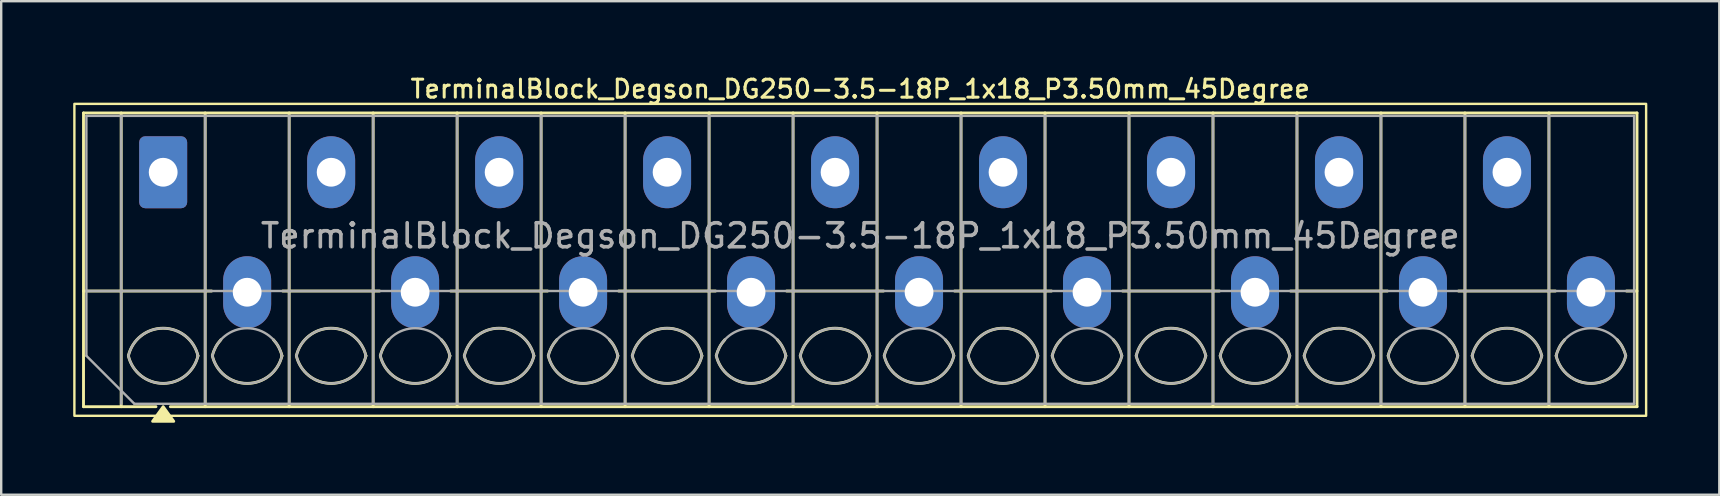
<source format=kicad_pcb>
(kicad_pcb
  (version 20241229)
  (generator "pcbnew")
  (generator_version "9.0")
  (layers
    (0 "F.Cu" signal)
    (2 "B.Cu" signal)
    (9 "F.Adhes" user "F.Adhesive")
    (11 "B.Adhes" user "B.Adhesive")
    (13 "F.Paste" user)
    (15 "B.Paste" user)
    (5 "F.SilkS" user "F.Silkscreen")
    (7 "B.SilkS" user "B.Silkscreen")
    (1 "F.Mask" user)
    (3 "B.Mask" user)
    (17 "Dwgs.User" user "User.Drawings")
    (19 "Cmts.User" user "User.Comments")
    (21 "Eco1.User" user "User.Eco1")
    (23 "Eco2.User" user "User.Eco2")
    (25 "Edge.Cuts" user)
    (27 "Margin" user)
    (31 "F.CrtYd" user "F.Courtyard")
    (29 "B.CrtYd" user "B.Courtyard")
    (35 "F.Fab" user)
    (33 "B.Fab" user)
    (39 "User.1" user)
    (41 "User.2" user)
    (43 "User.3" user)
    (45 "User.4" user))
  (footprint "TerminalBlock_Degson_DG250-3.5-18P_1x18_P3.50mm_45Degree"
    (layer "F.Cu")
    (at 3.75 4.128)
    (property "Reference" "TerminalBlock_Degson_DG250-3.5-18P_1x18_P3.50mm_45Degree" (at 29.05 -3.47 0) (layer "F.SilkS") (effects (font (size 0.75 0.75) (thickness 0.125))))
    (attr through_hole)
    (fp_line (start -3.32 -2.47) (end 61.42 -2.47) (stroke (width 0.12) (type solid)) (layer "F.SilkS"))
    (fp_line (start -3.32 4.95) (end 2.02 4.95) (stroke (width 0.12) (type solid)) (layer "F.SilkS"))
    (fp_line (start -3.32 9.77) (end -3.32 -2.47) (stroke (width 0.12) (type solid)) (layer "F.SilkS"))
    (fp_line (start -1.75 -2.47) (end -1.75 9.77) (stroke (width 0.12) (type solid)) (layer "F.SilkS"))
    (fp_line (start -0.3 9.77) (end -3.32 9.77) (stroke (width 0.12) (type solid)) (layer "F.SilkS"))
    (fp_line (start 1.75 -2.47) (end 1.75 9.77) (stroke (width 0.12) (type solid)) (layer "F.SilkS"))
    (fp_line (start 4.98 4.95) (end 9.02 4.95) (stroke (width 0.12) (type solid)) (layer "F.SilkS"))
    (fp_line (start 5.25 -2.47) (end 5.25 9.77) (stroke (width 0.12) (type solid)) (layer "F.SilkS"))
    (fp_line (start 8.75 -2.47) (end 8.75 9.77) (stroke (width 0.12) (type solid)) (layer "F.SilkS"))
    (fp_line (start 11.98 4.95) (end 16.02 4.95) (stroke (width 0.12) (type solid)) (layer "F.SilkS"))
    (fp_line (start 12.25 -2.47) (end 12.25 9.77) (stroke (width 0.12) (type solid)) (layer "F.SilkS"))
    (fp_line (start 15.75 -2.47) (end 15.75 9.77) (stroke (width 0.12) (type solid)) (layer "F.SilkS"))
    (fp_line (start 18.98 4.95) (end 23.02 4.95) (stroke (width 0.12) (type solid)) (layer "F.SilkS"))
    (fp_line (start 19.25 -2.47) (end 19.25 9.77) (stroke (width 0.12) (type solid)) (layer "F.SilkS"))
    (fp_line (start 22.75 -2.47) (end 22.75 9.77) (stroke (width 0.12) (type solid)) (layer "F.SilkS"))
    (fp_line (start 25.98 4.95) (end 30.02 4.95) (stroke (width 0.12) (type solid)) (layer "F.SilkS"))
    (fp_line (start 26.25 -2.47) (end 26.25 9.77) (stroke (width 0.12) (type solid)) (layer "F.SilkS"))
    (fp_line (start 29.75 -2.47) (end 29.75 9.77) (stroke (width 0.12) (type solid)) (layer "F.SilkS"))
    (fp_line (start 32.98 4.95) (end 37.02 4.95) (stroke (width 0.12) (type solid)) (layer "F.SilkS"))
    (fp_line (start 33.25 -2.47) (end 33.25 9.77) (stroke (width 0.12) (type solid)) (layer "F.SilkS"))
    (fp_line (start 36.75 -2.47) (end 36.75 9.77) (stroke (width 0.12) (type solid)) (layer "F.SilkS"))
    (fp_line (start 39.98 4.95) (end 44.02 4.95) (stroke (width 0.12) (type solid)) (layer "F.SilkS"))
    (fp_line (start 40.25 -2.47) (end 40.25 9.77) (stroke (width 0.12) (type solid)) (layer "F.SilkS"))
    (fp_line (start 43.75 -2.47) (end 43.75 9.77) (stroke (width 0.12) (type solid)) (layer "F.SilkS"))
    (fp_line (start 46.98 4.95) (end 51.02 4.95) (stroke (width 0.12) (type solid)) (layer "F.SilkS"))
    (fp_line (start 47.25 -2.47) (end 47.25 9.77) (stroke (width 0.12) (type solid)) (layer "F.SilkS"))
    (fp_line (start 50.75 -2.47) (end 50.75 9.77) (stroke (width 0.12) (type solid)) (layer "F.SilkS"))
    (fp_line (start 53.98 4.95) (end 58.02 4.95) (stroke (width 0.12) (type solid)) (layer "F.SilkS"))
    (fp_line (start 54.25 -2.47) (end 54.25 9.77) (stroke (width 0.12) (type solid)) (layer "F.SilkS"))
    (fp_line (start 57.75 -2.47) (end 57.75 9.77) (stroke (width 0.12) (type solid)) (layer "F.SilkS"))
    (fp_line (start 60.98 4.95) (end 61.42 4.95) (stroke (width 0.12) (type solid)) (layer "F.SilkS"))
    (fp_line (start 61.42 -2.47) (end 61.42 9.77) (stroke (width 0.12) (type solid)) (layer "F.SilkS"))
    (fp_line (start 61.42 9.77) (end 0.3 9.77) (stroke (width 0.12) (type solid)) (layer "F.SilkS"))
    (fp_rect (start -3.7 -2.85) (end 61.8 10.15) (stroke (width 0.1) (type solid)) (fill no) (layer "F.SilkS"))
    (fp_arc (start -1.45 7.65) (mid 0 6.5) (end 1.45 7.65) (stroke (width 0.12) (type solid)) (layer "F.SilkS"))
    (fp_arc (start 1.45 7.65) (mid 0 8.8) (end -1.45 7.65) (stroke (width 0.12) (type solid)) (layer "F.SilkS"))
    (fp_arc (start 2.05 7.65) (mid 2.18402 7.291962) (end 2.405 6.98) (stroke (width 0.12) (type solid)) (layer "F.SilkS"))
    (fp_arc (start 4.595 6.98) (mid 4.81598 7.291962) (end 4.95 7.65) (stroke (width 0.12) (type solid)) (layer "F.SilkS"))
    (fp_arc (start 4.95 7.65) (mid 3.5 8.8) (end 2.05 7.65) (stroke (width 0.12) (type solid)) (layer "F.SilkS"))
    (fp_arc (start 5.55 7.65) (mid 7 6.5) (end 8.45 7.65) (stroke (width 0.12) (type solid)) (layer "F.SilkS"))
    (fp_arc (start 8.45 7.65) (mid 7 8.8) (end 5.55 7.65) (stroke (width 0.12) (type solid)) (layer "F.SilkS"))
    (fp_arc (start 9.05 7.65) (mid 9.18402 7.291962) (end 9.405 6.98) (stroke (width 0.12) (type solid)) (layer "F.SilkS"))
    (fp_arc (start 11.595 6.98) (mid 11.81598 7.291962) (end 11.95 7.65) (stroke (width 0.12) (type solid)) (layer "F.SilkS"))
    (fp_arc (start 11.95 7.65) (mid 10.5 8.8) (end 9.05 7.65) (stroke (width 0.12) (type solid)) (layer "F.SilkS"))
    (fp_arc (start 12.55 7.65) (mid 14 6.5) (end 15.45 7.65) (stroke (width 0.12) (type solid)) (layer "F.SilkS"))
    (fp_arc (start 15.45 7.65) (mid 14 8.8) (end 12.55 7.65) (stroke (width 0.12) (type solid)) (layer "F.SilkS"))
    (fp_arc (start 16.05 7.65) (mid 16.18402 7.291962) (end 16.405 6.98) (stroke (width 0.12) (type solid)) (layer "F.SilkS"))
    (fp_arc (start 18.595 6.98) (mid 18.81598 7.291962) (end 18.95 7.65) (stroke (width 0.12) (type solid)) (layer "F.SilkS"))
    (fp_arc (start 18.95 7.65) (mid 17.5 8.8) (end 16.05 7.65) (stroke (width 0.12) (type solid)) (layer "F.SilkS"))
    (fp_arc (start 19.55 7.65) (mid 21 6.5) (end 22.45 7.65) (stroke (width 0.12) (type solid)) (layer "F.SilkS"))
    (fp_arc (start 22.45 7.65) (mid 21 8.8) (end 19.55 7.65) (stroke (width 0.12) (type solid)) (layer "F.SilkS"))
    (fp_arc (start 23.05 7.65) (mid 23.18402 7.291962) (end 23.405 6.98) (stroke (width 0.12) (type solid)) (layer "F.SilkS"))
    (fp_arc (start 25.595 6.98) (mid 25.81598 7.291962) (end 25.95 7.65) (stroke (width 0.12) (type solid)) (layer "F.SilkS"))
    (fp_arc (start 25.95 7.65) (mid 24.5 8.8) (end 23.05 7.65) (stroke (width 0.12) (type solid)) (layer "F.SilkS"))
    (fp_arc (start 26.55 7.65) (mid 28 6.5) (end 29.45 7.65) (stroke (width 0.12) (type solid)) (layer "F.SilkS"))
    (fp_arc (start 29.45 7.65) (mid 28 8.8) (end 26.55 7.65) (stroke (width 0.12) (type solid)) (layer "F.SilkS"))
    (fp_arc (start 30.05 7.65) (mid 30.18402 7.291962) (end 30.405 6.98) (stroke (width 0.12) (type solid)) (layer "F.SilkS"))
    (fp_arc (start 32.595 6.98) (mid 32.81598 7.291962) (end 32.95 7.65) (stroke (width 0.12) (type solid)) (layer "F.SilkS"))
    (fp_arc (start 32.95 7.65) (mid 31.5 8.8) (end 30.05 7.65) (stroke (width 0.12) (type solid)) (layer "F.SilkS"))
    (fp_arc (start 33.55 7.65) (mid 35 6.5) (end 36.45 7.65) (stroke (width 0.12) (type solid)) (layer "F.SilkS"))
    (fp_arc (start 36.45 7.65) (mid 35 8.8) (end 33.55 7.65) (stroke (width 0.12) (type solid)) (layer "F.SilkS"))
    (fp_arc (start 37.05 7.65) (mid 37.18402 7.291962) (end 37.405 6.98) (stroke (width 0.12) (type solid)) (layer "F.SilkS"))
    (fp_arc (start 39.595 6.98) (mid 39.81598 7.291962) (end 39.95 7.65) (stroke (width 0.12) (type solid)) (layer "F.SilkS"))
    (fp_arc (start 39.95 7.65) (mid 38.5 8.8) (end 37.05 7.65) (stroke (width 0.12) (type solid)) (layer "F.SilkS"))
    (fp_arc (start 40.55 7.65) (mid 42 6.5) (end 43.45 7.65) (stroke (width 0.12) (type solid)) (layer "F.SilkS"))
    (fp_arc (start 43.45 7.65) (mid 42 8.8) (end 40.55 7.65) (stroke (width 0.12) (type solid)) (layer "F.SilkS"))
    (fp_arc (start 44.05 7.65) (mid 44.18402 7.291962) (end 44.405 6.98) (stroke (width 0.12) (type solid)) (layer "F.SilkS"))
    (fp_arc (start 46.595 6.98) (mid 46.81598 7.291962) (end 46.95 7.65) (stroke (width 0.12) (type solid)) (layer "F.SilkS"))
    (fp_arc (start 46.95 7.65) (mid 45.5 8.8) (end 44.05 7.65) (stroke (width 0.12) (type solid)) (layer "F.SilkS"))
    (fp_arc (start 47.55 7.65) (mid 49 6.5) (end 50.45 7.65) (stroke (width 0.12) (type solid)) (layer "F.SilkS"))
    (fp_arc (start 50.45 7.65) (mid 49 8.8) (end 47.55 7.65) (stroke (width 0.12) (type solid)) (layer "F.SilkS"))
    (fp_arc (start 51.05 7.65) (mid 51.18402 7.291962) (end 51.405 6.98) (stroke (width 0.12) (type solid)) (layer "F.SilkS"))
    (fp_arc (start 53.595 6.98) (mid 53.81598 7.291962) (end 53.95 7.65) (stroke (width 0.12) (type solid)) (layer "F.SilkS"))
    (fp_arc (start 53.95 7.65) (mid 52.5 8.8) (end 51.05 7.65) (stroke (width 0.12) (type solid)) (layer "F.SilkS"))
    (fp_arc (start 54.55 7.65) (mid 56 6.5) (end 57.45 7.65) (stroke (width 0.12) (type solid)) (layer "F.SilkS"))
    (fp_arc (start 57.45 7.65) (mid 56 8.8) (end 54.55 7.65) (stroke (width 0.12) (type solid)) (layer "F.SilkS"))
    (fp_arc (start 58.05 7.65) (mid 58.18402 7.291962) (end 58.405 6.98) (stroke (width 0.12) (type solid)) (layer "F.SilkS"))
    (fp_arc (start 60.595 6.98) (mid 60.81598 7.291962) (end 60.95 7.65) (stroke (width 0.12) (type solid)) (layer "F.SilkS"))
    (fp_arc (start 60.95 7.65) (mid 59.5 8.8) (end 58.05 7.65) (stroke (width 0.12) (type solid)) (layer "F.SilkS"))
    (fp_poly (pts (xy 0 9.77) (xy 0.44 10.38) (xy -0.44 10.38)) (stroke (width 0.12) (type solid)) (fill yes) (layer "F.SilkS"))
    (fp_line (start -3.2 -2.35) (end 61.3 -2.35) (stroke (width 0.1) (type solid)) (layer "F.Fab"))
    (fp_line (start -3.2 4.95) (end 61.3 4.95) (stroke (width 0.1) (type solid)) (layer "F.Fab"))
    (fp_line (start -3.2 7.65) (end -3.2 -2.35) (stroke (width 0.1) (type solid)) (layer "F.Fab"))
    (fp_line (start -1.75 -2.35) (end -1.75 9.65) (stroke (width 0.1) (type solid)) (layer "F.Fab"))
    (fp_line (start -1.2 9.65) (end -3.2 7.65) (stroke (width 0.1) (type solid)) (layer "F.Fab"))
    (fp_line (start 1.75 -2.35) (end 1.75 9.65) (stroke (width 0.1) (type solid)) (layer "F.Fab"))
    (fp_line (start 5.25 -2.35) (end 5.25 9.65) (stroke (width 0.1) (type solid)) (layer "F.Fab"))
    (fp_line (start 8.75 -2.35) (end 8.75 9.65) (stroke (width 0.1) (type solid)) (layer "F.Fab"))
    (fp_line (start 12.25 -2.35) (end 12.25 9.65) (stroke (width 0.1) (type solid)) (layer "F.Fab"))
    (fp_line (start 15.75 -2.35) (end 15.75 9.65) (stroke (width 0.1) (type solid)) (layer "F.Fab"))
    (fp_line (start 19.25 -2.35) (end 19.25 9.65) (stroke (width 0.1) (type solid)) (layer "F.Fab"))
    (fp_line (start 22.75 -2.35) (end 22.75 9.65) (stroke (width 0.1) (type solid)) (layer "F.Fab"))
    (fp_line (start 26.25 -2.35) (end 26.25 9.65) (stroke (width 0.1) (type solid)) (layer "F.Fab"))
    (fp_line (start 29.75 -2.35) (end 29.75 9.65) (stroke (width 0.1) (type solid)) (layer "F.Fab"))
    (fp_line (start 33.25 -2.35) (end 33.25 9.65) (stroke (width 0.1) (type solid)) (layer "F.Fab"))
    (fp_line (start 36.75 -2.35) (end 36.75 9.65) (stroke (width 0.1) (type solid)) (layer "F.Fab"))
    (fp_line (start 40.25 -2.35) (end 40.25 9.65) (stroke (width 0.1) (type solid)) (layer "F.Fab"))
    (fp_line (start 43.75 -2.35) (end 43.75 9.65) (stroke (width 0.1) (type solid)) (layer "F.Fab"))
    (fp_line (start 47.25 -2.35) (end 47.25 9.65) (stroke (width 0.1) (type solid)) (layer "F.Fab"))
    (fp_line (start 50.75 -2.35) (end 50.75 9.65) (stroke (width 0.1) (type solid)) (layer "F.Fab"))
    (fp_line (start 54.25 -2.35) (end 54.25 9.65) (stroke (width 0.1) (type solid)) (layer "F.Fab"))
    (fp_line (start 57.75 -2.35) (end 57.75 9.65) (stroke (width 0.1) (type solid)) (layer "F.Fab"))
    (fp_line (start 61.3 -2.35) (end 61.3 9.65) (stroke (width 0.1) (type solid)) (layer "F.Fab"))
    (fp_line (start 61.3 9.65) (end -1.2 9.65) (stroke (width 0.1) (type solid)) (layer "F.Fab"))
    (fp_arc (start -1.45 7.65) (mid 0 6.5) (end 1.45 7.65) (stroke (width 0.1) (type solid)) (layer "F.Fab"))
    (fp_arc (start 1.45 7.65) (mid 0 8.8) (end -1.45 7.65) (stroke (width 0.1) (type solid)) (layer "F.Fab"))
    (fp_arc (start 2.05 7.65) (mid 3.5 6.5) (end 4.95 7.65) (stroke (width 0.1) (type solid)) (layer "F.Fab"))
    (fp_arc (start 4.95 7.65) (mid 3.5 8.8) (end 2.05 7.65) (stroke (width 0.1) (type solid)) (layer "F.Fab"))
    (fp_arc (start 5.55 7.65) (mid 7 6.5) (end 8.45 7.65) (stroke (width 0.1) (type solid)) (layer "F.Fab"))
    (fp_arc (start 8.45 7.65) (mid 7 8.8) (end 5.55 7.65) (stroke (width 0.1) (type solid)) (layer "F.Fab"))
    (fp_arc (start 9.05 7.65) (mid 10.5 6.5) (end 11.95 7.65) (stroke (width 0.1) (type solid)) (layer "F.Fab"))
    (fp_arc (start 11.95 7.65) (mid 10.5 8.8) (end 9.05 7.65) (stroke (width 0.1) (type solid)) (layer "F.Fab"))
    (fp_arc (start 12.55 7.65) (mid 14 6.5) (end 15.45 7.65) (stroke (width 0.1) (type solid)) (layer "F.Fab"))
    (fp_arc (start 15.45 7.65) (mid 14 8.8) (end 12.55 7.65) (stroke (width 0.1) (type solid)) (layer "F.Fab"))
    (fp_arc (start 16.05 7.65) (mid 17.5 6.5) (end 18.95 7.65) (stroke (width 0.1) (type solid)) (layer "F.Fab"))
    (fp_arc (start 18.95 7.65) (mid 17.5 8.8) (end 16.05 7.65) (stroke (width 0.1) (type solid)) (layer "F.Fab"))
    (fp_arc (start 19.55 7.65) (mid 21 6.5) (end 22.45 7.65) (stroke (width 0.1) (type solid)) (layer "F.Fab"))
    (fp_arc (start 22.45 7.65) (mid 21 8.8) (end 19.55 7.65) (stroke (width 0.1) (type solid)) (layer "F.Fab"))
    (fp_arc (start 23.05 7.65) (mid 24.5 6.5) (end 25.95 7.65) (stroke (width 0.1) (type solid)) (layer "F.Fab"))
    (fp_arc (start 25.95 7.65) (mid 24.5 8.8) (end 23.05 7.65) (stroke (width 0.1) (type solid)) (layer "F.Fab"))
    (fp_arc (start 26.55 7.65) (mid 28 6.5) (end 29.45 7.65) (stroke (width 0.1) (type solid)) (layer "F.Fab"))
    (fp_arc (start 29.45 7.65) (mid 28 8.8) (end 26.55 7.65) (stroke (width 0.1) (type solid)) (layer "F.Fab"))
    (fp_arc (start 30.05 7.65) (mid 31.5 6.5) (end 32.95 7.65) (stroke (width 0.1) (type solid)) (layer "F.Fab"))
    (fp_arc (start 32.95 7.65) (mid 31.5 8.8) (end 30.05 7.65) (stroke (width 0.1) (type solid)) (layer "F.Fab"))
    (fp_arc (start 33.55 7.65) (mid 35 6.5) (end 36.45 7.65) (stroke (width 0.1) (type solid)) (layer "F.Fab"))
    (fp_arc (start 36.45 7.65) (mid 35 8.8) (end 33.55 7.65) (stroke (width 0.1) (type solid)) (layer "F.Fab"))
    (fp_arc (start 37.05 7.65) (mid 38.5 6.5) (end 39.95 7.65) (stroke (width 0.1) (type solid)) (layer "F.Fab"))
    (fp_arc (start 39.95 7.65) (mid 38.5 8.8) (end 37.05 7.65) (stroke (width 0.1) (type solid)) (layer "F.Fab"))
    (fp_arc (start 40.55 7.65) (mid 42 6.5) (end 43.45 7.65) (stroke (width 0.1) (type solid)) (layer "F.Fab"))
    (fp_arc (start 43.45 7.65) (mid 42 8.8) (end 40.55 7.65) (stroke (width 0.1) (type solid)) (layer "F.Fab"))
    (fp_arc (start 44.05 7.65) (mid 45.5 6.5) (end 46.95 7.65) (stroke (width 0.1) (type solid)) (layer "F.Fab"))
    (fp_arc (start 46.95 7.65) (mid 45.5 8.8) (end 44.05 7.65) (stroke (width 0.1) (type solid)) (layer "F.Fab"))
    (fp_arc (start 47.55 7.65) (mid 49 6.5) (end 50.45 7.65) (stroke (width 0.1) (type solid)) (layer "F.Fab"))
    (fp_arc (start 50.45 7.65) (mid 49 8.8) (end 47.55 7.65) (stroke (width 0.1) (type solid)) (layer "F.Fab"))
    (fp_arc (start 51.05 7.65) (mid 52.5 6.5) (end 53.95 7.65) (stroke (width 0.1) (type solid)) (layer "F.Fab"))
    (fp_arc (start 53.95 7.65) (mid 52.5 8.8) (end 51.05 7.65) (stroke (width 0.1) (type solid)) (layer "F.Fab"))
    (fp_arc (start 54.55 7.65) (mid 56 6.5) (end 57.45 7.65) (stroke (width 0.1) (type solid)) (layer "F.Fab"))
    (fp_arc (start 57.45 7.65) (mid 56 8.8) (end 54.55 7.65) (stroke (width 0.1) (type solid)) (layer "F.Fab"))
    (fp_arc (start 58.05 7.65) (mid 59.5 6.5) (end 60.95 7.65) (stroke (width 0.1) (type solid)) (layer "F.Fab"))
    (fp_arc (start 60.95 7.65) (mid 59.5 8.8) (end 58.05 7.65) (stroke (width 0.1) (type solid)) (layer "F.Fab"))
    (fp_text user "${REFERENCE}" (at 29.05 2.65 0) (layer "F.Fab") (effects (font (size 1 1) (thickness 0.15))))
    (pad "1" thru_hole roundrect (at 0 0) (size 2 3) (drill 1.2) (layers "*.Cu" "*.Mask") (roundrect_rratio 0.125))
    (pad "2" thru_hole oval (at 3.5 5) (size 2 3) (drill 1.2) (layers "*.Cu" "*.Mask"))
    (pad "3" thru_hole oval (at 7 0) (size 2 3) (drill 1.2) (layers "*.Cu" "*.Mask"))
    (pad "4" thru_hole oval (at 10.5 5) (size 2 3) (drill 1.2) (layers "*.Cu" "*.Mask"))
    (pad "5" thru_hole oval (at 14 0) (size 2 3) (drill 1.2) (layers "*.Cu" "*.Mask"))
    (pad "6" thru_hole oval (at 17.5 5) (size 2 3) (drill 1.2) (layers "*.Cu" "*.Mask"))
    (pad "7" thru_hole oval (at 21 0) (size 2 3) (drill 1.2) (layers "*.Cu" "*.Mask"))
    (pad "8" thru_hole oval (at 24.5 5) (size 2 3) (drill 1.2) (layers "*.Cu" "*.Mask"))
    (pad "9" thru_hole oval (at 28 0) (size 2 3) (drill 1.2) (layers "*.Cu" "*.Mask"))
    (pad "10" thru_hole oval (at 31.5 5) (size 2 3) (drill 1.2) (layers "*.Cu" "*.Mask"))
    (pad "11" thru_hole oval (at 35 0) (size 2 3) (drill 1.2) (layers "*.Cu" "*.Mask"))
    (pad "12" thru_hole oval (at 38.5 5) (size 2 3) (drill 1.2) (layers "*.Cu" "*.Mask"))
    (pad "13" thru_hole oval (at 42 0) (size 2 3) (drill 1.2) (layers "*.Cu" "*.Mask"))
    (pad "14" thru_hole oval (at 45.5 5) (size 2 3) (drill 1.2) (layers "*.Cu" "*.Mask"))
    (pad "15" thru_hole oval (at 49 0) (size 2 3) (drill 1.2) (layers "*.Cu" "*.Mask"))
    (pad "16" thru_hole oval (at 52.5 5) (size 2 3) (drill 1.2) (layers "*.Cu" "*.Mask"))
    (pad "17" thru_hole oval (at 56 0) (size 2 3) (drill 1.2) (layers "*.Cu" "*.Mask"))
    (pad "18" thru_hole oval (at 59.5 5) (size 2 3) (drill 1.2) (layers "*.Cu" "*.Mask")))
  (gr_rect
    (start -3 -3)
    (end 68.6 17.568)
    (stroke (width 0.1) (type default))
    (fill no)
    (layer "Edge.Cuts")))
</source>
